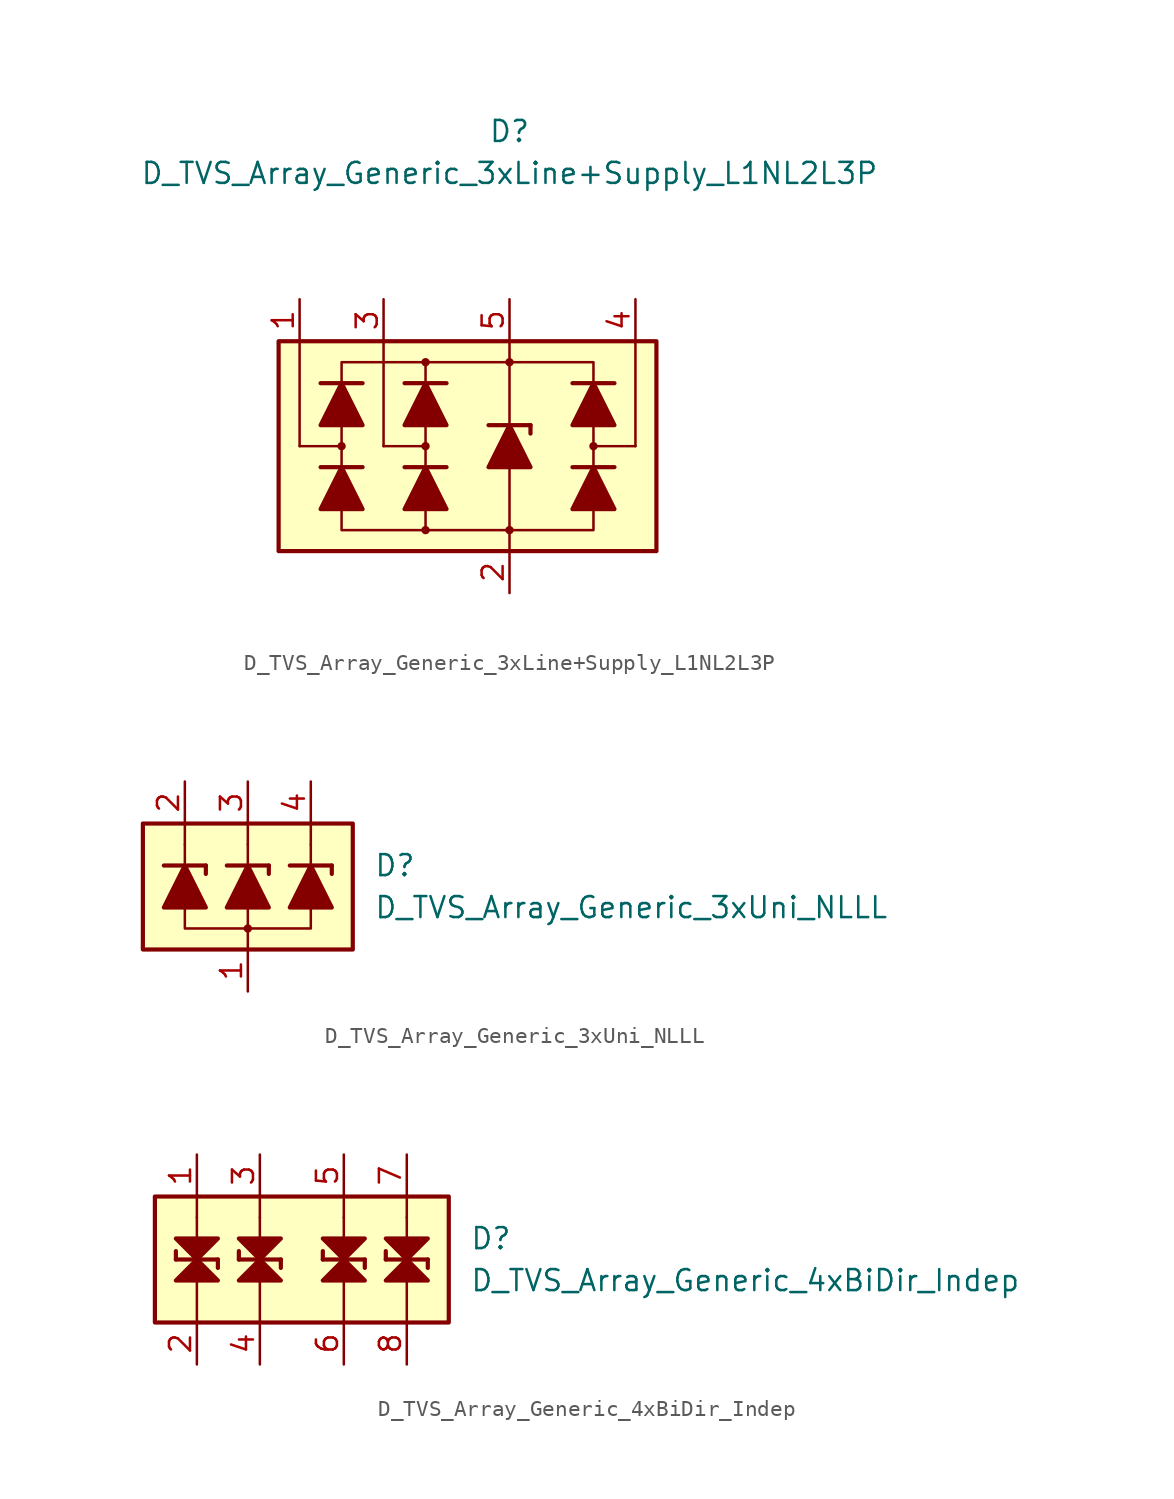
<source format=kicad_sym>
(kicad_symbol_lib
  (version 20211014)
  (generator kicad_symbol_editor)
  (symbol "D_TVS_Array_Generic_3xLine+Supply_L1NL2L3P"
    (pin_names
      (offset 1.016) hide)
    (property "Reference" "D"
      (at 0 19.05 0)
      (effects (font (size 1.27 1.27))))
    (property "Value" "D_TVS_Array_Generic_3xLine+Supply_L1NL2L3P"
      (at 0 16.51 0)
      (effects (font (size 1.27 1.27))))
    (symbol "D_TVS_Array_Generic_3xLine+Supply_L1NL2L3P_0_1"
      (rectangle (start -13.97 6.35) (end 8.89 -6.35) (stroke (width 0.254) (type default) (color 0 0 0 0)) (fill (type background)))
      (circle (center -5.08 0) (radius 0.178) (stroke (width 0) (type default) (color 0 0 0 0)) (fill (type outline)))
      (polyline (pts (xy -7.62 0) (xy -7.62 6.35)) (stroke (width 0) (type default) (color 0 0 0 0)) (fill (type none)))
      (polyline (pts (xy -5.08 -1.27) (xy -5.08 1.27)) (stroke (width 0) (type default) (color 0 0 0 0)) (fill (type none)))
      (polyline (pts (xy -5.08 0) (xy -7.62 0)) (stroke (width 0) (type default) (color 0 0 0 0)) (fill (type none)))
      (polyline (pts (xy 0 -5.08) (xy 0 -6.35)) (stroke (width 0) (type default) (color 0 0 0 0)) (fill (type none)))
      (polyline (pts (xy 0 -1.27) (xy 0 -5.08)) (stroke (width 0) (type default) (color 0 0 0 0)) (fill (type none)))
      (polyline (pts (xy 0 1.27) (xy 0 6.35)) (stroke (width 0) (type default) (color 0 0 0 0)) (fill (type none)))
      (polyline (pts (xy 5.08 -1.27) (xy 5.08 1.27)) (stroke (width 0) (type default) (color 0 0 0 0)) (fill (type none)))
      (polyline (pts (xy 5.08 0) (xy 7.62 0)) (stroke (width 0) (type default) (color 0 0 0 0)) (fill (type none)))
      (polyline (pts (xy 7.62 0) (xy 7.62 6.35)) (stroke (width 0) (type default) (color 0 0 0 0)) (fill (type none)))
      (polyline (pts (xy -5.08 -5.08) (xy -10.16 -5.08) (xy -10.16 5.08) (xy -5.08 5.08)) (stroke (width 0) (type default) (color 0 0 0 0)) (fill (type none)))
      (polyline (pts (xy -5.08 -3.81) (xy -5.08 -5.08) (xy 5.08 -5.08) (xy 5.08 -3.81)) (stroke (width 0) (type default) (color 0 0 0 0)) (fill (type none)))
      (polyline (pts (xy -5.08 3.81) (xy -5.08 5.08) (xy 5.08 5.08) (xy 5.08 3.81)) (stroke (width 0) (type default) (color 0 0 0 0)) (fill (type none)))
      (circle (center 0 5.08) (radius 0.178) (stroke (width 0) (type default) (color 0 0 0 0)) (fill (type outline)))
      (circle (center 5.08 0) (radius 0.178) (stroke (width 0) (type default) (color 0 0 0 0)) (fill (type outline))))
    (symbol "D_TVS_Array_Generic_3xLine+Supply_L1NL2L3P_1_1"
      (circle (center -10.16 0) (radius 0.178) (stroke (width 0) (type default) (color 0 0 0 0)) (fill (type outline)))
      (circle (center -5.08 -5.08) (radius 0.178) (stroke (width 0) (type default) (color 0 0 0 0)) (fill (type outline)))
      (circle (center -5.08 5.08) (radius 0.178) (stroke (width 0) (type default) (color 0 0 0 0)) (fill (type outline)))
      (circle (center 0 -5.08) (radius 0.178) (stroke (width 0) (type default) (color 0 0 0 0)) (fill (type outline)))
      (polyline (pts (xy -12.7 0) (xy -12.7 6.35)) (stroke (width 0) (type default) (color 0 0 0 0)) (fill (type none)))
      (polyline (pts (xy -10.16 0) (xy -12.7 0)) (stroke (width 0) (type default) (color 0 0 0 0)) (fill (type none)))
      (polyline (pts (xy -8.89 -1.27) (xy -11.43 -1.27)) (stroke (width 0.254) (type default) (color 0 0 0 0)) (fill (type none)))
      (polyline (pts (xy -8.89 3.81) (xy -11.43 3.81)) (stroke (width 0.254) (type default) (color 0 0 0 0)) (fill (type none)))
      (polyline (pts (xy -5.08 -3.81) (xy -5.08 -1.27)) (stroke (width 0) (type default) (color 0 0 0 0)) (fill (type none)))
      (polyline (pts (xy -5.08 1.27) (xy -5.08 3.81)) (stroke (width 0) (type default) (color 0 0 0 0)) (fill (type none)))
      (polyline (pts (xy -3.81 -1.27) (xy -6.35 -1.27)) (stroke (width 0.254) (type default) (color 0 0 0 0)) (fill (type none)))
      (polyline (pts (xy -3.81 3.81) (xy -6.35 3.81)) (stroke (width 0.254) (type default) (color 0 0 0 0)) (fill (type none)))
      (polyline (pts (xy -1.27 1.27) (xy 1.27 1.27)) (stroke (width 0.254) (type default) (color 0 0 0 0)) (fill (type none)))
      (polyline (pts (xy 0 -1.27) (xy 0 1.27)) (stroke (width 0) (type default) (color 0 0 0 0)) (fill (type none)))
      (polyline (pts (xy 1.27 1.27) (xy 1.27 0.762)) (stroke (width 0.254) (type default) (color 0 0 0 0)) (fill (type none)))
      (polyline (pts (xy 5.08 -3.81) (xy 5.08 -1.27)) (stroke (width 0) (type default) (color 0 0 0 0)) (fill (type none)))
      (polyline (pts (xy 5.08 1.27) (xy 5.08 3.81)) (stroke (width 0) (type default) (color 0 0 0 0)) (fill (type none)))
      (polyline (pts (xy 6.35 -1.27) (xy 3.81 -1.27)) (stroke (width 0.254) (type default) (color 0 0 0 0)) (fill (type none)))
      (polyline (pts (xy 6.35 3.81) (xy 3.81 3.81)) (stroke (width 0.254) (type default) (color 0 0 0 0)) (fill (type none)))
      (polyline (pts (xy -8.89 -3.81) (xy -11.43 -3.81) (xy -10.16 -1.27) (xy -8.89 -3.81)) (stroke (width 0.254) (type default) (color 0 0 0 0)) (fill (type outline)))
      (polyline (pts (xy -8.89 1.27) (xy -11.43 1.27) (xy -10.16 3.81) (xy -8.89 1.27)) (stroke (width 0.254) (type default) (color 0 0 0 0)) (fill (type outline)))
      (polyline (pts (xy -3.81 -3.81) (xy -6.35 -3.81) (xy -5.08 -1.27) (xy -3.81 -3.81)) (stroke (width 0.254) (type default) (color 0 0 0 0)) (fill (type outline)))
      (polyline (pts (xy -3.81 1.27) (xy -6.35 1.27) (xy -5.08 3.81) (xy -3.81 1.27)) (stroke (width 0.254) (type default) (color 0 0 0 0)) (fill (type outline)))
      (polyline (pts (xy 1.27 -1.27) (xy -1.27 -1.27) (xy 0 1.27) (xy 1.27 -1.27)) (stroke (width 0.254) (type default) (color 0 0 0 0)) (fill (type outline)))
      (polyline (pts (xy 6.35 -3.81) (xy 3.81 -3.81) (xy 5.08 -1.27) (xy 6.35 -3.81)) (stroke (width 0.254) (type default) (color 0 0 0 0)) (fill (type outline)))
      (polyline (pts (xy 6.35 1.27) (xy 3.81 1.27) (xy 5.08 3.81) (xy 6.35 1.27)) (stroke (width 0.254) (type default) (color 0 0 0 0)) (fill (type outline)))
      (pin passive line (at -12.7 8.89 270) (length 2.54) (name "L1" (effects (font (size 1.27 1.27)))) (number "1" (effects (font (size 1.27 1.27)))))
      (pin passive line (at 0 -8.89 90) (length 2.54) (name "VN" (effects (font (size 1.27 1.27)))) (number "2" (effects (font (size 1.27 1.27)))))
      (pin passive line (at -7.62 8.89 270) (length 2.54) (name "L2" (effects (font (size 1.27 1.27)))) (number "3" (effects (font (size 1.27 1.27)))))
      (pin passive line (at 7.62 8.89 270) (length 2.54) (name "L2" (effects (font (size 1.27 1.27)))) (number "4" (effects (font (size 1.27 1.27)))))
      (pin passive line (at 0 8.89 270) (length 2.54) (name "VP" (effects (font (size 1.27 1.27)))) (number "5" (effects (font (size 1.27 1.27)))))))
  (symbol "D_TVS_Array_Generic_3xUni_NLLL"
    (pin_names
      (offset 1.016) hide)
    (property "Reference" "D"
      (at 7.62 1.27 0)
      (effects (font (size 1.27 1.27)) (justify left)))
    (property "Value" "D_TVS_Array_Generic_3xUni_NLLL"
      (at 7.62 -1.27 0)
      (effects (font (size 1.27 1.27)) (justify left)))
    (symbol "D_TVS_Array_Generic_3xUni_NLLL_0_1"
      (rectangle (start -6.35 3.81) (end 6.35 -3.81) (stroke (width 0.254) (type default) (color 0 0 0 0)) (fill (type background)))
      (circle (center 0 -2.54) (radius 0.178) (stroke (width 0) (type default) (color 0 0 0 0)) (fill (type outline)))
      (polyline (pts (xy -3.81 1.27) (xy -3.81 2.54)) (stroke (width 0) (type default) (color 0 0 0 0)) (fill (type none)))
      (polyline (pts (xy -3.81 2.54) (xy -3.81 3.81)) (stroke (width 0) (type default) (color 0 0 0 0)) (fill (type none)))
      (polyline (pts (xy 0 -3.81) (xy 0 -2.54)) (stroke (width 0) (type default) (color 0 0 0 0)) (fill (type none)))
      (polyline (pts (xy 0 -2.54) (xy 0 -1.27)) (stroke (width 0) (type default) (color 0 0 0 0)) (fill (type none)))
      (polyline (pts (xy 0 1.27) (xy 0 2.54)) (stroke (width 0) (type default) (color 0 0 0 0)) (fill (type none)))
      (polyline (pts (xy 0 2.54) (xy 0 3.81)) (stroke (width 0) (type default) (color 0 0 0 0)) (fill (type none)))
      (polyline (pts (xy 3.81 1.27) (xy 3.81 2.54)) (stroke (width 0) (type default) (color 0 0 0 0)) (fill (type none)))
      (polyline (pts (xy 3.81 2.54) (xy 3.81 3.81)) (stroke (width 0) (type default) (color 0 0 0 0)) (fill (type none)))
      (polyline (pts (xy -3.81 -1.27) (xy -3.81 -2.54) (xy 3.81 -2.54) (xy 3.81 -1.27)) (stroke (width 0.152) (type default) (color 0 0 0 0)) (fill (type none))))
    (symbol "D_TVS_Array_Generic_3xUni_NLLL_1_1"
      (polyline (pts (xy -5.08 1.27) (xy -2.54 1.27)) (stroke (width 0.254) (type default) (color 0 0 0 0)) (fill (type none)))
      (polyline (pts (xy -3.81 -1.27) (xy -3.81 1.27)) (stroke (width 0) (type default) (color 0 0 0 0)) (fill (type none)))
      (polyline (pts (xy -2.54 1.27) (xy -2.54 0.762)) (stroke (width 0.254) (type default) (color 0 0 0 0)) (fill (type none)))
      (polyline (pts (xy -1.27 1.27) (xy 1.27 1.27)) (stroke (width 0.254) (type default) (color 0 0 0 0)) (fill (type none)))
      (polyline (pts (xy 0 -1.27) (xy 0 1.27)) (stroke (width 0) (type default) (color 0 0 0 0)) (fill (type none)))
      (polyline (pts (xy 1.27 1.27) (xy 1.27 0.762)) (stroke (width 0.254) (type default) (color 0 0 0 0)) (fill (type none)))
      (polyline (pts (xy 2.54 1.27) (xy 5.08 1.27)) (stroke (width 0.254) (type default) (color 0 0 0 0)) (fill (type none)))
      (polyline (pts (xy 3.81 -1.27) (xy 3.81 1.27)) (stroke (width 0) (type default) (color 0 0 0 0)) (fill (type none)))
      (polyline (pts (xy 5.08 1.27) (xy 5.08 0.762)) (stroke (width 0.254) (type default) (color 0 0 0 0)) (fill (type none)))
      (polyline (pts (xy -2.54 -1.27) (xy -5.08 -1.27) (xy -3.81 1.27) (xy -2.54 -1.27)) (stroke (width 0.254) (type default) (color 0 0 0 0)) (fill (type outline)))
      (polyline (pts (xy 1.27 -1.27) (xy -1.27 -1.27) (xy 0 1.27) (xy 1.27 -1.27)) (stroke (width 0.254) (type default) (color 0 0 0 0)) (fill (type outline)))
      (polyline (pts (xy 5.08 -1.27) (xy 2.54 -1.27) (xy 3.81 1.27) (xy 5.08 -1.27)) (stroke (width 0.254) (type default) (color 0 0 0 0)) (fill (type outline)))
      (pin passive line (at 0 -6.35 90) (length 2.54) (name "VN" (effects (font (size 1.27 1.27)))) (number "1" (effects (font (size 1.27 1.27)))))
      (pin passive line (at -3.81 6.35 270) (length 2.54) (name "L1" (effects (font (size 1.27 1.27)))) (number "2" (effects (font (size 1.27 1.27)))))
      (pin passive line (at 0 6.35 270) (length 2.54) (name "L2" (effects (font (size 1.27 1.27)))) (number "3" (effects (font (size 1.27 1.27)))))
      (pin passive line (at 3.81 6.35 270) (length 2.54) (name "L3" (effects (font (size 1.27 1.27)))) (number "4" (effects (font (size 1.27 1.27)))))))
  (symbol "D_TVS_Array_Generic_4xBiDir_Indep"
    (pin_names
      (offset 1.016) hide)
    (property "Reference" "D"
      (at 10.16 1.27 0)
      (effects (font (size 1.27 1.27)) (justify left)))
    (property "Value" "D_TVS_Array_Generic_4xBiDir_Indep"
      (at 10.16 -1.27 0)
      (effects (font (size 1.27 1.27)) (justify left)))
    (symbol "D_TVS_Array_Generic_4xBiDir_Indep_0_1"
      (polyline (pts (xy -6.35 -3.81) (xy -6.35 -1.27)) (stroke (width 0) (type default) (color 0 0 0 0)) (fill (type none)))
      (polyline (pts (xy -6.35 2.54) (xy -6.35 1.27)) (stroke (width 0) (type default) (color 0 0 0 0)) (fill (type none)))
      (polyline (pts (xy -6.35 2.54) (xy -6.35 3.81)) (stroke (width 0) (type default) (color 0 0 0 0)) (fill (type none)))
      (polyline (pts (xy -2.54 -3.81) (xy -2.54 -1.27)) (stroke (width 0) (type default) (color 0 0 0 0)) (fill (type none)))
      (polyline (pts (xy -2.54 2.54) (xy -2.54 1.27)) (stroke (width 0) (type default) (color 0 0 0 0)) (fill (type none)))
      (polyline (pts (xy -2.54 2.54) (xy -2.54 3.81)) (stroke (width 0) (type default) (color 0 0 0 0)) (fill (type none)))
      (polyline (pts (xy 2.54 -3.81) (xy 2.54 -1.27)) (stroke (width 0) (type default) (color 0 0 0 0)) (fill (type none)))
      (polyline (pts (xy 2.54 2.54) (xy 2.54 1.27)) (stroke (width 0) (type default) (color 0 0 0 0)) (fill (type none)))
      (polyline (pts (xy 2.54 2.54) (xy 2.54 3.81)) (stroke (width 0) (type default) (color 0 0 0 0)) (fill (type none)))
      (polyline (pts (xy 6.35 -3.81) (xy 6.35 -1.27)) (stroke (width 0) (type default) (color 0 0 0 0)) (fill (type none)))
      (polyline (pts (xy 6.35 2.54) (xy 6.35 1.27)) (stroke (width 0) (type default) (color 0 0 0 0)) (fill (type none)))
      (polyline (pts (xy 6.35 2.54) (xy 6.35 3.81)) (stroke (width 0) (type default) (color 0 0 0 0)) (fill (type none)))
      (rectangle (start 8.89 -3.81) (end -8.89 3.81) (stroke (width 0.254) (type default) (color 0 0 0 0)) (fill (type background))))
    (symbol "D_TVS_Array_Generic_4xBiDir_Indep_1_1"
      (polyline (pts (xy -7.62 0) (xy -7.62 0.508)) (stroke (width 0.254) (type default) (color 0 0 0 0)) (fill (type none)))
      (polyline (pts (xy -7.62 0) (xy -5.08 0)) (stroke (width 0.254) (type default) (color 0 0 0 0)) (fill (type none)))
      (polyline (pts (xy -6.35 1.27) (xy -6.35 -1.27)) (stroke (width 0) (type default) (color 0 0 0 0)) (fill (type none)))
      (polyline (pts (xy -5.08 0) (xy -5.08 -0.508)) (stroke (width 0.254) (type default) (color 0 0 0 0)) (fill (type none)))
      (polyline (pts (xy -3.81 0) (xy -3.81 0.508)) (stroke (width 0.254) (type default) (color 0 0 0 0)) (fill (type none)))
      (polyline (pts (xy -3.81 0) (xy -1.27 0)) (stroke (width 0.254) (type default) (color 0 0 0 0)) (fill (type none)))
      (polyline (pts (xy -2.54 1.27) (xy -2.54 -1.27)) (stroke (width 0) (type default) (color 0 0 0 0)) (fill (type none)))
      (polyline (pts (xy -1.27 0) (xy -1.27 -0.508)) (stroke (width 0.254) (type default) (color 0 0 0 0)) (fill (type none)))
      (polyline (pts (xy 1.27 0) (xy 1.27 0.508)) (stroke (width 0.254) (type default) (color 0 0 0 0)) (fill (type none)))
      (polyline (pts (xy 1.27 0) (xy 3.81 0)) (stroke (width 0.254) (type default) (color 0 0 0 0)) (fill (type none)))
      (polyline (pts (xy 2.54 1.27) (xy 2.54 -1.27)) (stroke (width 0) (type default) (color 0 0 0 0)) (fill (type none)))
      (polyline (pts (xy 3.81 0) (xy 3.81 -0.508)) (stroke (width 0.254) (type default) (color 0 0 0 0)) (fill (type none)))
      (polyline (pts (xy 5.08 0) (xy 5.08 0.508)) (stroke (width 0.254) (type default) (color 0 0 0 0)) (fill (type none)))
      (polyline (pts (xy 5.08 0) (xy 7.62 0)) (stroke (width 0.254) (type default) (color 0 0 0 0)) (fill (type none)))
      (polyline (pts (xy 6.35 1.27) (xy 6.35 -1.27)) (stroke (width 0) (type default) (color 0 0 0 0)) (fill (type none)))
      (polyline (pts (xy 7.62 0) (xy 7.62 -0.508)) (stroke (width 0.254) (type default) (color 0 0 0 0)) (fill (type none)))
      (polyline (pts (xy -7.62 1.27) (xy -5.08 1.27) (xy -6.35 0) (xy -7.62 1.27)) (stroke (width 0.254) (type default) (color 0 0 0 0)) (fill (type outline)))
      (polyline (pts (xy -6.35 0) (xy -7.62 -1.27) (xy -5.08 -1.27) (xy -6.35 0)) (stroke (width 0.254) (type default) (color 0 0 0 0)) (fill (type outline)))
      (polyline (pts (xy -3.81 1.27) (xy -1.27 1.27) (xy -2.54 0) (xy -3.81 1.27)) (stroke (width 0.254) (type default) (color 0 0 0 0)) (fill (type outline)))
      (polyline (pts (xy -2.54 0) (xy -3.81 -1.27) (xy -1.27 -1.27) (xy -2.54 0)) (stroke (width 0.254) (type default) (color 0 0 0 0)) (fill (type outline)))
      (polyline (pts (xy 1.27 1.27) (xy 3.81 1.27) (xy 2.54 0) (xy 1.27 1.27)) (stroke (width 0.254) (type default) (color 0 0 0 0)) (fill (type outline)))
      (polyline (pts (xy 2.54 0) (xy 1.27 -1.27) (xy 3.81 -1.27) (xy 2.54 0)) (stroke (width 0.254) (type default) (color 0 0 0 0)) (fill (type outline)))
      (polyline (pts (xy 5.08 1.27) (xy 7.62 1.27) (xy 6.35 0) (xy 5.08 1.27)) (stroke (width 0.254) (type default) (color 0 0 0 0)) (fill (type outline)))
      (polyline (pts (xy 6.35 0) (xy 5.08 -1.27) (xy 7.62 -1.27) (xy 6.35 0)) (stroke (width 0.254) (type default) (color 0 0 0 0)) (fill (type outline)))
      (pin passive line (at -6.35 6.35 270) (length 2.54) (name "1" (effects (font (size 1.27 1.27)))) (number "1" (effects (font (size 1.27 1.27)))))
      (pin passive line (at -6.35 -6.35 90) (length 2.54) (name "2" (effects (font (size 1.27 1.27)))) (number "2" (effects (font (size 1.27 1.27)))))
      (pin passive line (at -2.54 6.35 270) (length 2.54) (name "3" (effects (font (size 1.27 1.27)))) (number "3" (effects (font (size 1.27 1.27)))))
      (pin passive line (at -2.54 -6.35 90) (length 2.54) (name "4" (effects (font (size 1.27 1.27)))) (number "4" (effects (font (size 1.27 1.27)))))
      (pin passive line (at 2.54 6.35 270) (length 2.54) (name "5" (effects (font (size 1.27 1.27)))) (number "5" (effects (font (size 1.27 1.27)))))
      (pin passive line (at 2.54 -6.35 90) (length 2.54) (name "6" (effects (font (size 1.27 1.27)))) (number "6" (effects (font (size 1.27 1.27)))))
      (pin passive line (at 6.35 6.35 270) (length 2.54) (name "7" (effects (font (size 1.27 1.27)))) (number "7" (effects (font (size 1.27 1.27)))))
      (pin passive line (at 6.35 -6.35 90) (length 2.54) (name "8" (effects (font (size 1.27 1.27)))) (number "8" (effects (font (size 1.27 1.27))))))))
</source>
